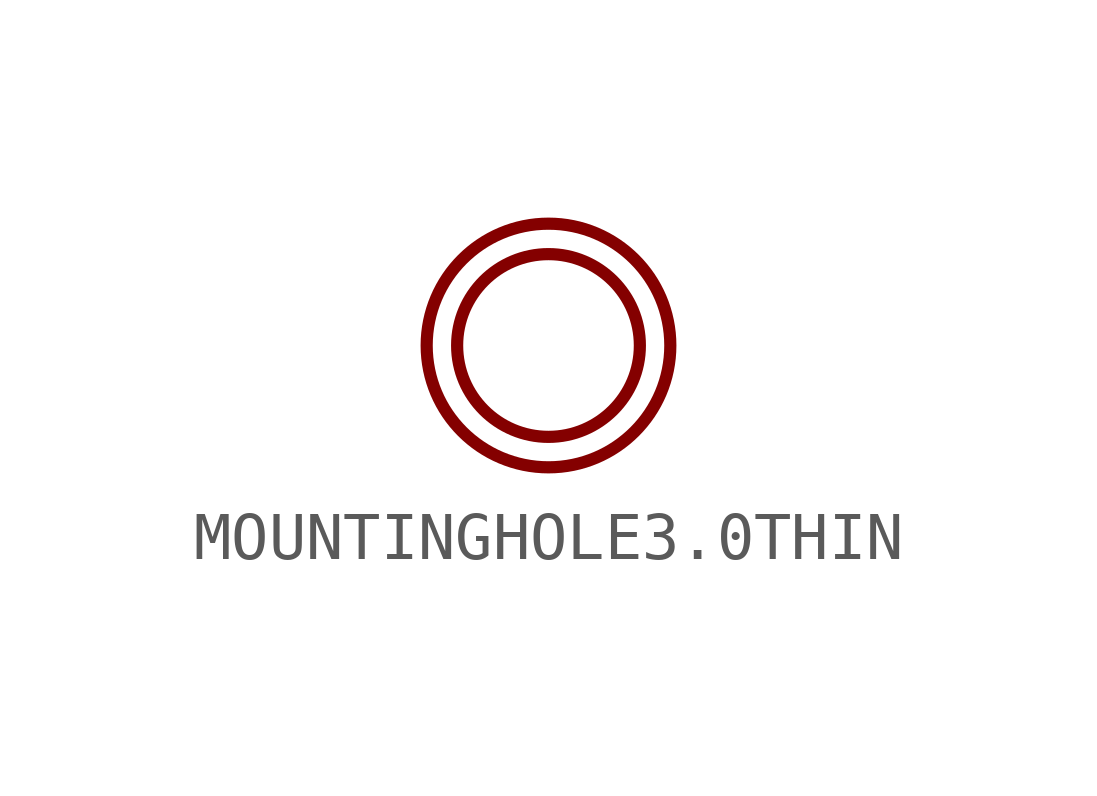
<source format=kicad_sym>
(kicad_symbol_lib
  (version 20211014)
  (generator kicad_symbol_editor)
  (symbol "MOUNTINGHOLE3.0THIN"
    (property "Reference" ""
      (at 0 0 0)
      (effects (font (size 1.27 1.27)) hide))
    (property "ki_locked" ""
      (at 0 0 0)
      (effects (font (size 1.27 1.27))))
    (symbol "MOUNTINGHOLE3.0THIN_1_0"
      (circle (center 0 0) (radius 1.905) (stroke (width 0.254)) (stroke (width 0.254) (type default) (color 0 0 0 0)) (fill (type none)))
      (circle (center 0 0) (radius 2.54) (stroke (width 0.254)) (stroke (width 0.254) (type default) (color 0 0 0 0)) (fill (type none))))))
</source>
